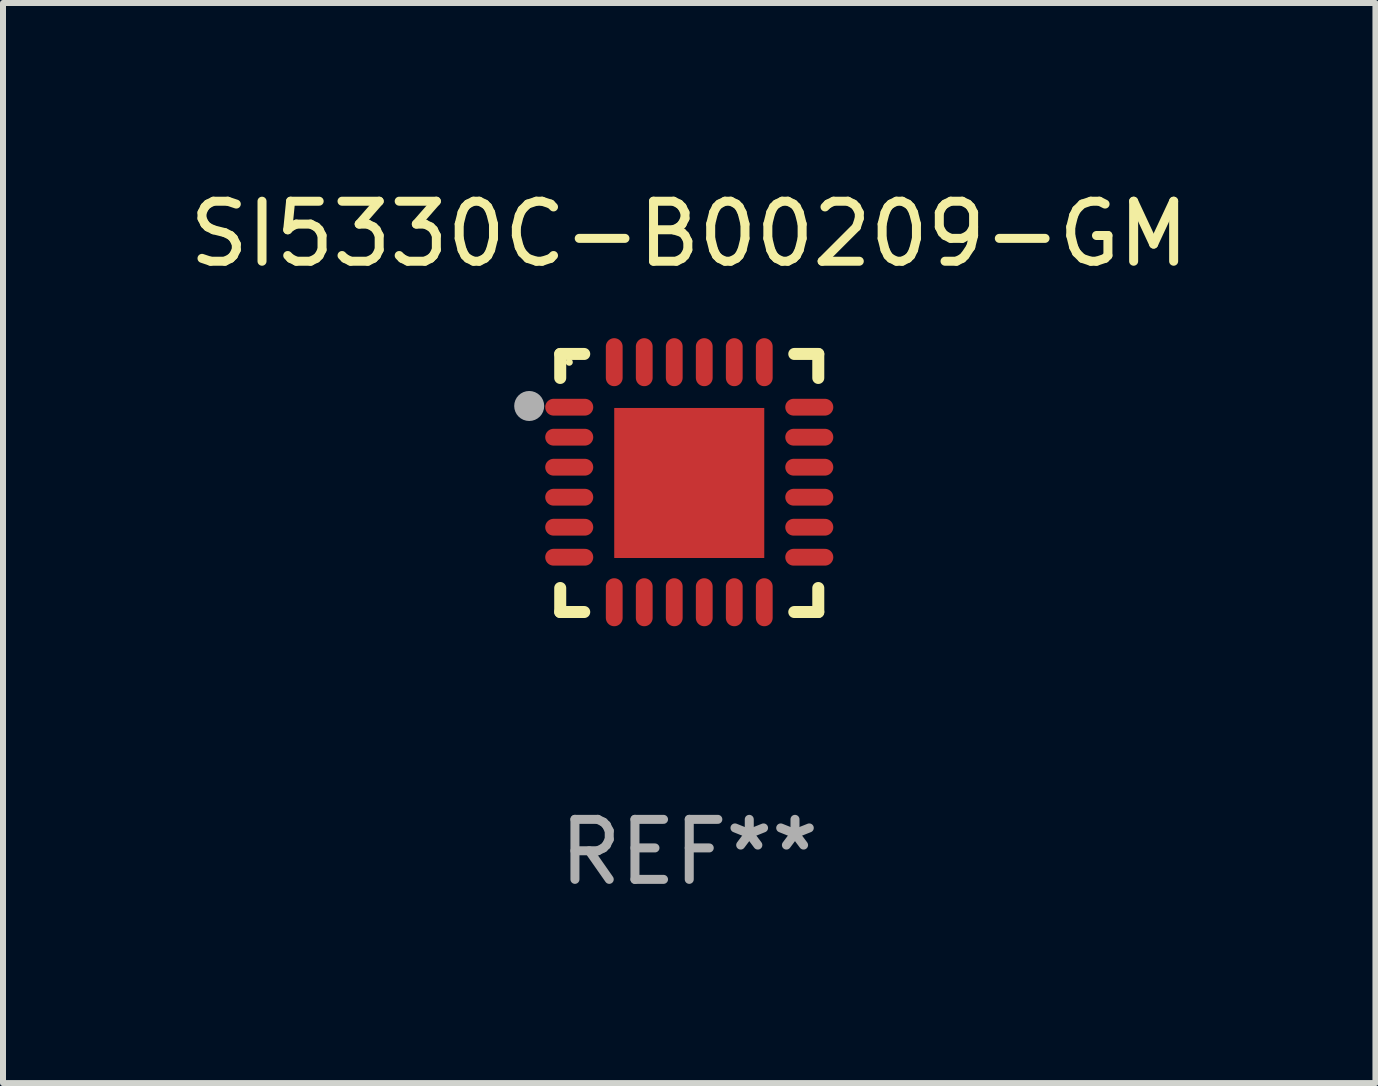
<source format=kicad_pcb>
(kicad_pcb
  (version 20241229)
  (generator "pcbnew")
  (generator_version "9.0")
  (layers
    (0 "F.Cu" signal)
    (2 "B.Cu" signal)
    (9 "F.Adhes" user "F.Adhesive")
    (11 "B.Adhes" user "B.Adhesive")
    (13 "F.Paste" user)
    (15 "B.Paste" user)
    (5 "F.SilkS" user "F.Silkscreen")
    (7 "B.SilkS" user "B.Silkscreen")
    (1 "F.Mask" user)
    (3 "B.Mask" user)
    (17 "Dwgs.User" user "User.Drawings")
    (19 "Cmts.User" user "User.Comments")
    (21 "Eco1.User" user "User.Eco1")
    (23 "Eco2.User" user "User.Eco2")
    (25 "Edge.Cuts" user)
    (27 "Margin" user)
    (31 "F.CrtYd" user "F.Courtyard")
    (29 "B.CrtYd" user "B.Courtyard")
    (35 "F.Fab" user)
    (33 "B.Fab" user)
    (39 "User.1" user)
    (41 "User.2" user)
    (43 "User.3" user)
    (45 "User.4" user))
  (footprint "SI5330C-B00209-GM"
    (layer "F.Cu")
    (at 8.435 4.998)
    (property "Reference" "SI5330C-B00209-GM" (at 0 -4.15 0) (layer "F.SilkS") (effects (font (size 1 1) (thickness 0.15))))
    (attr through_hole)
    (fp_line (start -2.15 -2.15) (end -1.75 -2.15) (stroke (width 0.2) (type solid)) (layer "F.SilkS"))
    (fp_line (start -2.15 -1.75) (end -2.15 -2.15) (stroke (width 0.2) (type solid)) (layer "F.SilkS"))
    (fp_line (start -2.15 2.15) (end -2.15 1.75) (stroke (width 0.2) (type solid)) (layer "F.SilkS"))
    (fp_line (start -1.75 2.15) (end -2.15 2.15) (stroke (width 0.2) (type solid)) (layer "F.SilkS"))
    (fp_line (start 1.75 -2.15) (end 2.15 -2.15) (stroke (width 0.2) (type solid)) (layer "F.SilkS"))
    (fp_line (start 1.75 2.15) (end 2.15 2.15) (stroke (width 0.2) (type solid)) (layer "F.SilkS"))
    (fp_line (start 2.15 -2.15) (end 2.15 -1.75) (stroke (width 0.2) (type solid)) (layer "F.SilkS"))
    (fp_line (start 2.15 2.15) (end 2.15 1.75) (stroke (width 0.2) (type solid)) (layer "F.SilkS"))
    (fp_circle (center -2 -2.013) (end -1.97 -2.013) (stroke (width 0.06) (type solid)) (fill no) (layer "F.SilkS"))
    (fp_circle (center -2.667 -1.283) (end -2.542 -1.283) (stroke (width 0.25) (type solid)) (fill no) (layer "F.Fab"))
    (fp_text user "REF**" (at 0 6.15 0) (layer "F.Fab") (effects (font (size 1 1) (thickness 0.15))))
    (pad "1" smd oval (at -2 -1.263) (size 0.8 0.28) (layers "F.Cu" "F.Mask" "F.Paste"))
    (pad "2" smd oval (at -2 -0.763) (size 0.8 0.28) (layers "F.Cu" "F.Mask" "F.Paste"))
    (pad "3" smd oval (at -2 -0.263) (size 0.8 0.28) (layers "F.Cu" "F.Mask" "F.Paste"))
    (pad "4" smd oval (at -2 0.237) (size 0.8 0.28) (layers "F.Cu" "F.Mask" "F.Paste"))
    (pad "5" smd oval (at -2 0.737) (size 0.8 0.28) (layers "F.Cu" "F.Mask" "F.Paste"))
    (pad "6" smd oval (at -2 1.237) (size 0.8 0.28) (layers "F.Cu" "F.Mask" "F.Paste"))
    (pad "7" smd oval (at -1.25 1.987) (size 0.28 0.8) (layers "F.Cu" "F.Mask" "F.Paste"))
    (pad "8" smd oval (at -0.75 1.987) (size 0.28 0.8) (layers "F.Cu" "F.Mask" "F.Paste"))
    (pad "9" smd oval (at -0.25 1.987) (size 0.28 0.8) (layers "F.Cu" "F.Mask" "F.Paste"))
    (pad "10" smd oval (at 0.25 1.987) (size 0.28 0.8) (layers "F.Cu" "F.Mask" "F.Paste"))
    (pad "11" smd oval (at 0.75 1.987) (size 0.28 0.8) (layers "F.Cu" "F.Mask" "F.Paste"))
    (pad "12" smd oval (at 1.25 1.987) (size 0.28 0.8) (layers "F.Cu" "F.Mask" "F.Paste"))
    (pad "13" smd oval (at 2 1.237) (size 0.8 0.28) (layers "F.Cu" "F.Mask" "F.Paste"))
    (pad "14" smd oval (at 2 0.737) (size 0.8 0.28) (layers "F.Cu" "F.Mask" "F.Paste"))
    (pad "15" smd oval (at 2 0.237) (size 0.8 0.28) (layers "F.Cu" "F.Mask" "F.Paste"))
    (pad "16" smd oval (at 2 -0.263) (size 0.8 0.28) (layers "F.Cu" "F.Mask" "F.Paste"))
    (pad "17" smd oval (at 2 -0.763) (size 0.8 0.28) (layers "F.Cu" "F.Mask" "F.Paste"))
    (pad "18" smd oval (at 2 -1.263) (size 0.8 0.28) (layers "F.Cu" "F.Mask" "F.Paste"))
    (pad "19" smd oval (at 1.25 -2.013) (size 0.28 0.8) (layers "F.Cu" "F.Mask" "F.Paste"))
    (pad "20" smd oval (at 0.75 -2.013) (size 0.28 0.8) (layers "F.Cu" "F.Mask" "F.Paste"))
    (pad "21" smd oval (at 0.25 -2.013) (size 0.28 0.8) (layers "F.Cu" "F.Mask" "F.Paste"))
    (pad "22" smd oval (at -0.25 -2.013) (size 0.28 0.8) (layers "F.Cu" "F.Mask" "F.Paste"))
    (pad "23" smd oval (at -0.75 -2.013) (size 0.28 0.8) (layers "F.Cu" "F.Mask" "F.Paste"))
    (pad "24" smd oval (at -1.25 -2.013) (size 0.28 0.8) (layers "F.Cu" "F.Mask" "F.Paste"))
    (pad "25" smd rect (at -0.000127 -0.00014) (size 2.5 2.5) (layers "F.Cu" "F.Mask" "F.Paste")))
  (gr_rect
    (start -3 -3)
    (end 19.869 14.997)
    (stroke (width 0.1) (type default))
    (fill no)
    (layer "Edge.Cuts")))
</source>
